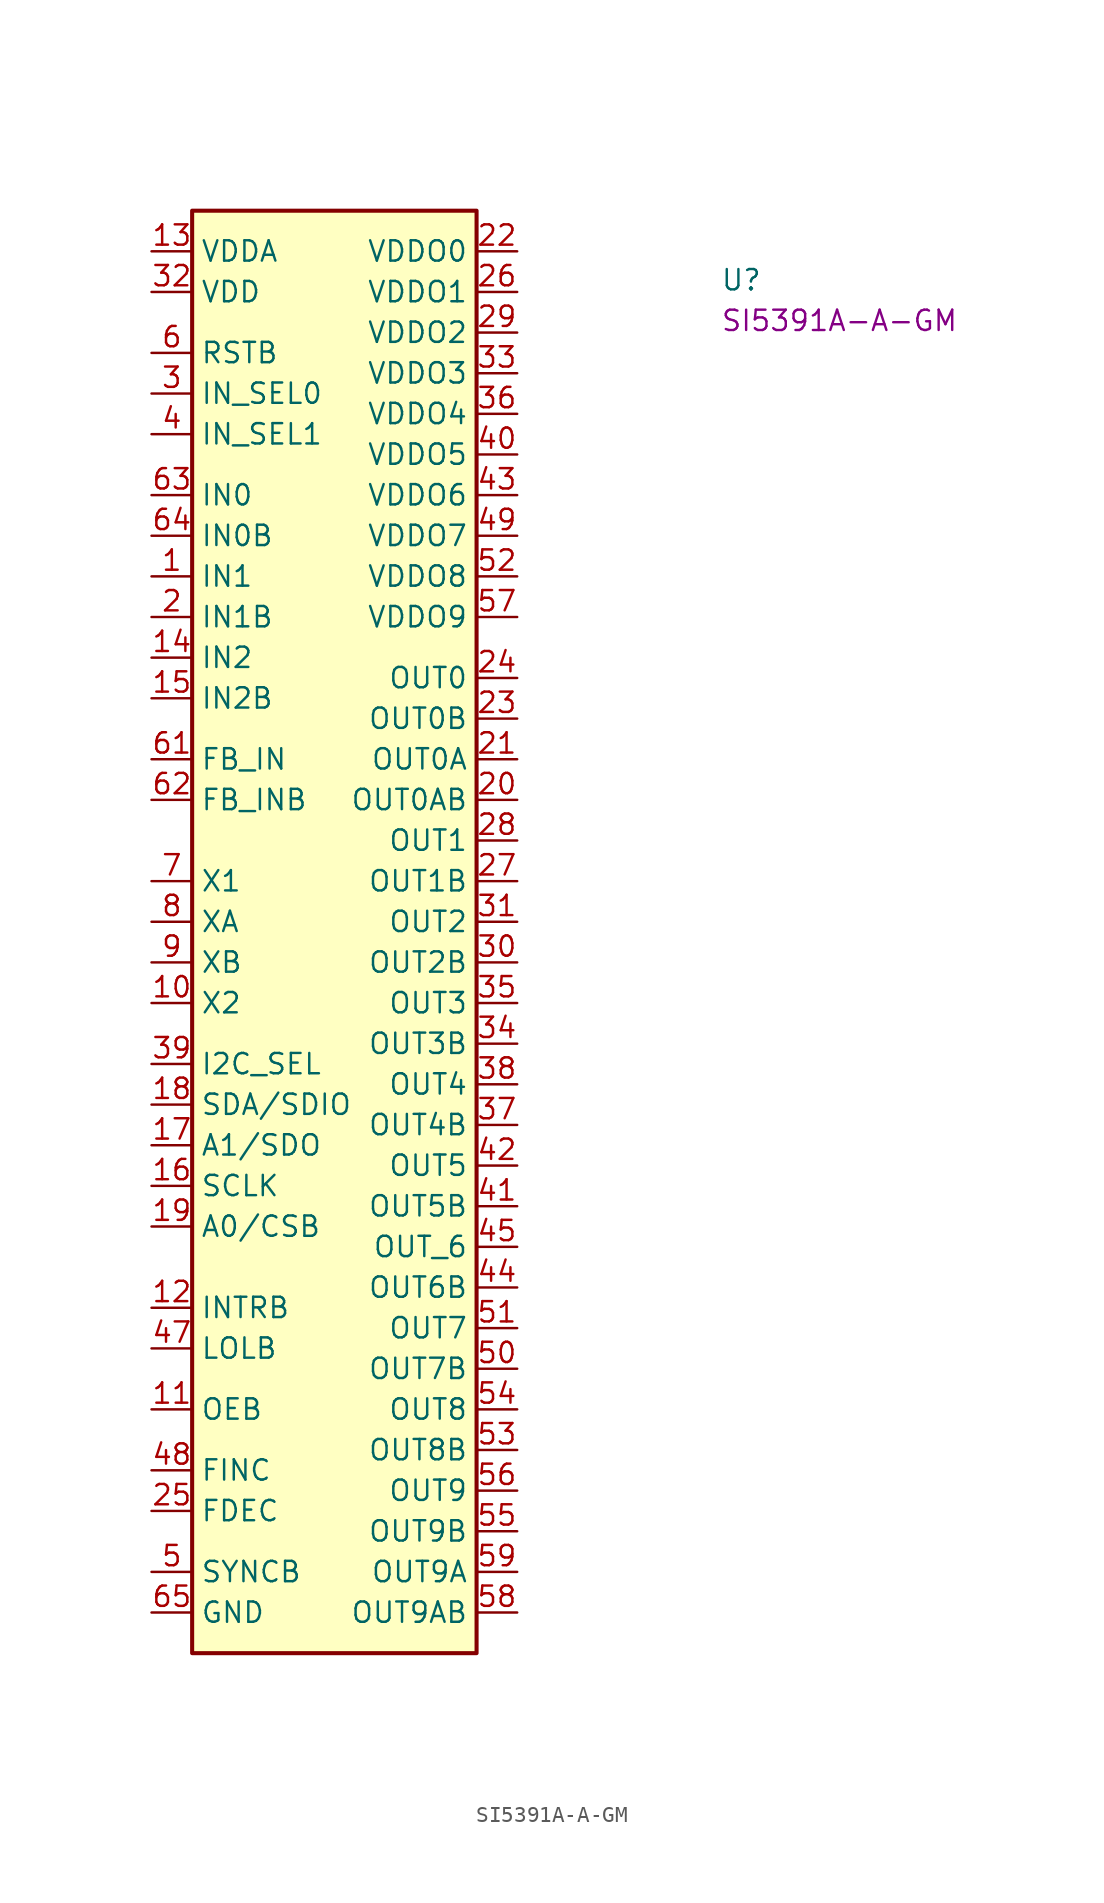
<source format=kicad_sym>
(kicad_symbol_lib
  (version 20220914)
  (generator kicad_symbol_editor)
  (symbol "SI5391A-A-GM"
    (property "Reference" "U"
      (at 35.56 -2.54 0)
      (effects (font (size 1.27 1.27) (thickness 0.15)) (justify left bottom)))
    (property "MPN" "SI5391A-A-GM"
      (at 35.56 -5.08 0)
      (effects (font (size 1.27 1.27) (thickness 0.15)) (justify left bottom)))
    (symbol "SI5391A-A-GM_1_1"
      (rectangle (start 2.54 2.54) (end 20.32 -87.63) (stroke (width 0.254) (type default)) (fill (type background)))
      (pin passive line (at 0 -20.32 0) (length 2.54) (name "IN1" (effects (font (size 1.27 1.27)))) (number "1" (effects (font (size 1.27 1.27)))))
      (pin passive line (at 0 -46.99 0) (length 2.54) (name "X2" (effects (font (size 1.27 1.27)))) (number "10" (effects (font (size 1.27 1.27)))))
      (pin passive line (at 0 -72.39 0) (length 2.54) (name "OEB" (effects (font (size 1.27 1.27)))) (number "11" (effects (font (size 1.27 1.27)))))
      (pin passive line (at 0 -66.04 0) (length 2.54) (name "INTRB" (effects (font (size 1.27 1.27)))) (number "12" (effects (font (size 1.27 1.27)))))
      (pin passive line (at 0 0 0) (length 2.54) (name "VDDA" (effects (font (size 1.27 1.27)))) (number "13" (effects (font (size 1.27 1.27)))))
      (pin passive line (at 0 -25.4 0) (length 2.54) (name "IN2" (effects (font (size 1.27 1.27)))) (number "14" (effects (font (size 1.27 1.27)))))
      (pin passive line (at 0 -27.94 0) (length 2.54) (name "IN2B" (effects (font (size 1.27 1.27)))) (number "15" (effects (font (size 1.27 1.27)))))
      (pin passive line (at 0 -58.42 0) (length 2.54) (name "SCLK" (effects (font (size 1.27 1.27)))) (number "16" (effects (font (size 1.27 1.27)))))
      (pin passive line (at 0 -55.88 0) (length 2.54) (name "A1/SDO" (effects (font (size 1.27 1.27)))) (number "17" (effects (font (size 1.27 1.27)))))
      (pin passive line (at 0 -53.34 0) (length 2.54) (name "SDA/SDIO" (effects (font (size 1.27 1.27)))) (number "18" (effects (font (size 1.27 1.27)))))
      (pin passive line (at 0 -60.96 0) (length 2.54) (name "A0/CSB" (effects (font (size 1.27 1.27)))) (number "19" (effects (font (size 1.27 1.27)))))
      (pin passive line (at 0 -22.86 0) (length 2.54) (name "IN1B" (effects (font (size 1.27 1.27)))) (number "2" (effects (font (size 1.27 1.27)))))
      (pin passive line (at 22.86 -34.29 180) (length 2.54) (name "OUT0AB" (effects (font (size 1.27 1.27)))) (number "20" (effects (font (size 1.27 1.27)))))
      (pin passive line (at 22.86 -31.75 180) (length 2.54) (name "OUT0A" (effects (font (size 1.27 1.27)))) (number "21" (effects (font (size 1.27 1.27)))))
      (pin passive line (at 22.86 0 180) (length 2.54) (name "VDDO0" (effects (font (size 1.27 1.27)))) (number "22" (effects (font (size 1.27 1.27)))))
      (pin passive line (at 22.86 -29.21 180) (length 2.54) (name "OUT0B" (effects (font (size 1.27 1.27)))) (number "23" (effects (font (size 1.27 1.27)))))
      (pin passive line (at 22.86 -26.67 180) (length 2.54) (name "OUT0" (effects (font (size 1.27 1.27)))) (number "24" (effects (font (size 1.27 1.27)))))
      (pin passive line (at 0 -78.74 0) (length 2.54) (name "FDEC" (effects (font (size 1.27 1.27)))) (number "25" (effects (font (size 1.27 1.27)))))
      (pin passive line (at 22.86 -2.54 180) (length 2.54) (name "VDDO1" (effects (font (size 1.27 1.27)))) (number "26" (effects (font (size 1.27 1.27)))))
      (pin passive line (at 22.86 -39.37 180) (length 2.54) (name "OUT1B" (effects (font (size 1.27 1.27)))) (number "27" (effects (font (size 1.27 1.27)))))
      (pin passive line (at 22.86 -36.83 180) (length 2.54) (name "OUT1" (effects (font (size 1.27 1.27)))) (number "28" (effects (font (size 1.27 1.27)))))
      (pin passive line (at 22.86 -5.08 180) (length 2.54) (name "VDDO2" (effects (font (size 1.27 1.27)))) (number "29" (effects (font (size 1.27 1.27)))))
      (pin passive line (at 0 -8.89 0) (length 2.54) (name "IN_SEL0" (effects (font (size 1.27 1.27)))) (number "3" (effects (font (size 1.27 1.27)))))
      (pin passive line (at 22.86 -44.45 180) (length 2.54) (name "OUT2B" (effects (font (size 1.27 1.27)))) (number "30" (effects (font (size 1.27 1.27)))))
      (pin passive line (at 22.86 -41.91 180) (length 2.54) (name "OUT2" (effects (font (size 1.27 1.27)))) (number "31" (effects (font (size 1.27 1.27)))))
      (pin passive line (at 0 -2.54 0) (length 2.54) (name "VDD" (effects (font (size 1.27 1.27)))) (number "32" (effects (font (size 1.27 1.27)))))
      (pin passive line (at 22.86 -7.62 180) (length 2.54) (name "VDDO3" (effects (font (size 1.27 1.27)))) (number "33" (effects (font (size 1.27 1.27)))))
      (pin passive line (at 22.86 -49.53 180) (length 2.54) (name "OUT3B" (effects (font (size 1.27 1.27)))) (number "34" (effects (font (size 1.27 1.27)))))
      (pin passive line (at 22.86 -46.99 180) (length 2.54) (name "OUT3" (effects (font (size 1.27 1.27)))) (number "35" (effects (font (size 1.27 1.27)))))
      (pin passive line (at 22.86 -10.16 180) (length 2.54) (name "VDDO4" (effects (font (size 1.27 1.27)))) (number "36" (effects (font (size 1.27 1.27)))))
      (pin passive line (at 22.86 -54.61 180) (length 2.54) (name "OUT4B" (effects (font (size 1.27 1.27)))) (number "37" (effects (font (size 1.27 1.27)))))
      (pin passive line (at 22.86 -52.07 180) (length 2.54) (name "OUT4" (effects (font (size 1.27 1.27)))) (number "38" (effects (font (size 1.27 1.27)))))
      (pin passive line (at 0 -50.8 0) (length 2.54) (name "I2C_SEL" (effects (font (size 1.27 1.27)))) (number "39" (effects (font (size 1.27 1.27)))))
      (pin passive line (at 0 -11.43 0) (length 2.54) (name "IN_SEL1" (effects (font (size 1.27 1.27)))) (number "4" (effects (font (size 1.27 1.27)))))
      (pin passive line (at 22.86 -12.7 180) (length 2.54) (name "VDDO5" (effects (font (size 1.27 1.27)))) (number "40" (effects (font (size 1.27 1.27)))))
      (pin passive line (at 22.86 -59.69 180) (length 2.54) (name "OUT5B" (effects (font (size 1.27 1.27)))) (number "41" (effects (font (size 1.27 1.27)))))
      (pin passive line (at 22.86 -57.15 180) (length 2.54) (name "OUT5" (effects (font (size 1.27 1.27)))) (number "42" (effects (font (size 1.27 1.27)))))
      (pin passive line (at 22.86 -15.24 180) (length 2.54) (name "VDDO6" (effects (font (size 1.27 1.27)))) (number "43" (effects (font (size 1.27 1.27)))))
      (pin passive line (at 22.86 -64.77 180) (length 2.54) (name "OUT6B" (effects (font (size 1.27 1.27)))) (number "44" (effects (font (size 1.27 1.27)))))
      (pin passive line (at 22.86 -62.23 180) (length 2.54) (name "OUT_6" (effects (font (size 1.27 1.27)))) (number "45" (effects (font (size 1.27 1.27)))))
      (pin passive line (at 0 -2.54 0) (length 2.54) hide (name "VDD" (effects (font (size 1.27 1.27)))) (number "46" (effects (font (size 1.27 1.27)))))
      (pin passive line (at 0 -68.58 0) (length 2.54) (name "LOLB" (effects (font (size 1.27 1.27)))) (number "47" (effects (font (size 1.27 1.27)))))
      (pin passive line (at 0 -76.2 0) (length 2.54) (name "FINC" (effects (font (size 1.27 1.27)))) (number "48" (effects (font (size 1.27 1.27)))))
      (pin passive line (at 22.86 -17.78 180) (length 2.54) (name "VDDO7" (effects (font (size 1.27 1.27)))) (number "49" (effects (font (size 1.27 1.27)))))
      (pin passive line (at 0 -82.55 0) (length 2.54) (name "SYNCB" (effects (font (size 1.27 1.27)))) (number "5" (effects (font (size 1.27 1.27)))))
      (pin passive line (at 22.86 -69.85 180) (length 2.54) (name "OUT7B" (effects (font (size 1.27 1.27)))) (number "50" (effects (font (size 1.27 1.27)))))
      (pin passive line (at 22.86 -67.31 180) (length 2.54) (name "OUT7" (effects (font (size 1.27 1.27)))) (number "51" (effects (font (size 1.27 1.27)))))
      (pin passive line (at 22.86 -20.32 180) (length 2.54) (name "VDDO8" (effects (font (size 1.27 1.27)))) (number "52" (effects (font (size 1.27 1.27)))))
      (pin passive line (at 22.86 -74.93 180) (length 2.54) (name "OUT8B" (effects (font (size 1.27 1.27)))) (number "53" (effects (font (size 1.27 1.27)))))
      (pin passive line (at 22.86 -72.39 180) (length 2.54) (name "OUT8" (effects (font (size 1.27 1.27)))) (number "54" (effects (font (size 1.27 1.27)))))
      (pin passive line (at 22.86 -80.01 180) (length 2.54) (name "OUT9B" (effects (font (size 1.27 1.27)))) (number "55" (effects (font (size 1.27 1.27)))))
      (pin passive line (at 22.86 -77.47 180) (length 2.54) (name "OUT9" (effects (font (size 1.27 1.27)))) (number "56" (effects (font (size 1.27 1.27)))))
      (pin passive line (at 22.86 -22.86 180) (length 2.54) (name "VDDO9" (effects (font (size 1.27 1.27)))) (number "57" (effects (font (size 1.27 1.27)))))
      (pin passive line (at 22.86 -85.09 180) (length 2.54) (name "OUT9AB" (effects (font (size 1.27 1.27)))) (number "58" (effects (font (size 1.27 1.27)))))
      (pin passive line (at 22.86 -82.55 180) (length 2.54) (name "OUT9A" (effects (font (size 1.27 1.27)))) (number "59" (effects (font (size 1.27 1.27)))))
      (pin passive line (at 0 -6.35 0) (length 2.54) (name "RSTB" (effects (font (size 1.27 1.27)))) (number "6" (effects (font (size 1.27 1.27)))))
      (pin passive line (at 0 -2.54 0) (length 2.54) hide (name "VDD" (effects (font (size 1.27 1.27)))) (number "60" (effects (font (size 1.27 1.27)))))
      (pin passive line (at 0 -31.75 0) (length 2.54) (name "FB_IN" (effects (font (size 1.27 1.27)))) (number "61" (effects (font (size 1.27 1.27)))))
      (pin passive line (at 0 -34.29 0) (length 2.54) (name "FB_INB" (effects (font (size 1.27 1.27)))) (number "62" (effects (font (size 1.27 1.27)))))
      (pin passive line (at 0 -15.24 0) (length 2.54) (name "IN0" (effects (font (size 1.27 1.27)))) (number "63" (effects (font (size 1.27 1.27)))))
      (pin passive line (at 0 -17.78 0) (length 2.54) (name "IN0B" (effects (font (size 1.27 1.27)))) (number "64" (effects (font (size 1.27 1.27)))))
      (pin passive line (at 0 -85.09 0) (length 2.54) (name "GND" (effects (font (size 1.27 1.27)))) (number "65" (effects (font (size 1.27 1.27)))))
      (pin passive line (at 0 -39.37 0) (length 2.54) (name "X1" (effects (font (size 1.27 1.27)))) (number "7" (effects (font (size 1.27 1.27)))))
      (pin passive line (at 0 -41.91 0) (length 2.54) (name "XA" (effects (font (size 1.27 1.27)))) (number "8" (effects (font (size 1.27 1.27)))))
      (pin passive line (at 0 -44.45 0) (length 2.54) (name "XB" (effects (font (size 1.27 1.27)))) (number "9" (effects (font (size 1.27 1.27))))))))
</source>
